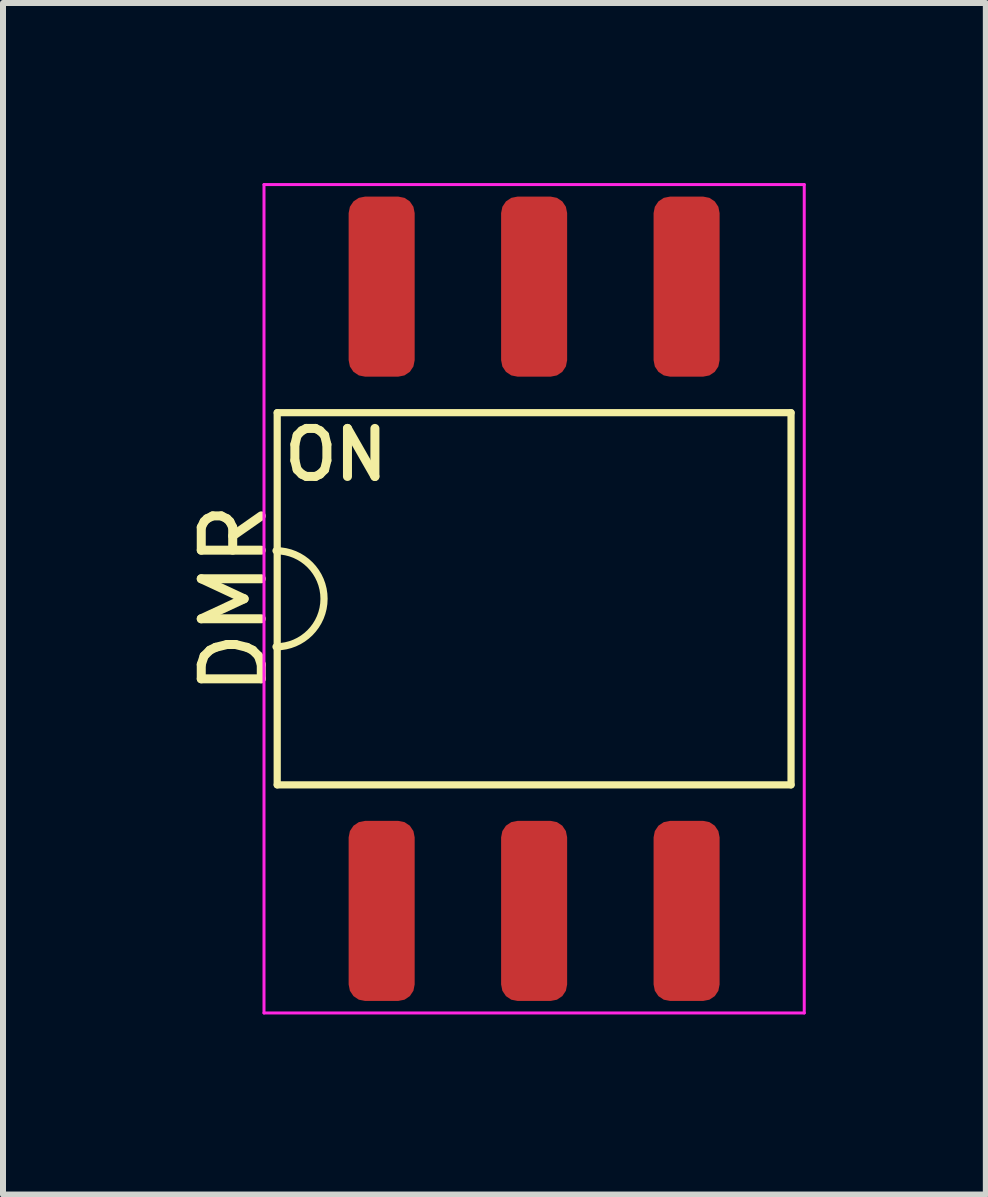
<source format=kicad_pcb>
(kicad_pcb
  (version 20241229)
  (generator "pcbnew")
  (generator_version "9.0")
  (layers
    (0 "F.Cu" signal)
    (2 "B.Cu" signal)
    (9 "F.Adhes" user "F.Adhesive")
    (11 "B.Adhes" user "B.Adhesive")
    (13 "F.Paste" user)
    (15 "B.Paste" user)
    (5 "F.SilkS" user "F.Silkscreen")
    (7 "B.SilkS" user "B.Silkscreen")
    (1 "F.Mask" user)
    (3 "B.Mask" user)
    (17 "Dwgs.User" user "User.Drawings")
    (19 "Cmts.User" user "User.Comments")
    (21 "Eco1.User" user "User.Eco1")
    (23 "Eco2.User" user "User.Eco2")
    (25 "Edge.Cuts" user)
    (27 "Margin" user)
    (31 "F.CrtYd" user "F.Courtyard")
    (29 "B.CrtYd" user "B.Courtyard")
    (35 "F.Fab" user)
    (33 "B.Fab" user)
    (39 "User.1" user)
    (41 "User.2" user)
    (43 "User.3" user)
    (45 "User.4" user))
  (footprint "DMR"
    (layer "F.Cu")
    (at 5.848 6.925)
    (property "Reference" "DMR" (at -5 0 90) (layer "F.SilkS") (effects (font (size 1 1) (thickness 0.15))))
    (attr through_hole)
    (fp_line (start -4.28 -3.1) (end -4.28 3.1) (stroke (width 0.12) (type solid)) (layer "F.SilkS"))
    (fp_line (start -4.28 3.1) (end 4.28 3.1) (stroke (width 0.12) (type solid)) (layer "F.SilkS"))
    (fp_line (start 4.28 -3.1) (end -4.28 -3.1) (stroke (width 0.12) (type solid)) (layer "F.SilkS"))
    (fp_line (start 4.28 3.1) (end 4.28 -3.1) (stroke (width 0.12) (type solid)) (layer "F.SilkS"))
    (fp_arc (start -4.3 -0.8) (mid -3.5 0) (end -4.3 0.8) (stroke (width 0.12) (type solid)) (layer "F.SilkS"))
    (fp_line (start -4.5 -6.9) (end 4.5 -6.9) (stroke (width 0.05) (type solid)) (layer "F.CrtYd"))
    (fp_line (start -4.5 6.9) (end -4.5 -6.9) (stroke (width 0.05) (type solid)) (layer "F.CrtYd"))
    (fp_line (start 4.5 -6.9) (end 4.5 6.9) (stroke (width 0.05) (type solid)) (layer "F.CrtYd"))
    (fp_line (start 4.5 6.9) (end -4.5 6.9) (stroke (width 0.05) (type solid)) (layer "F.CrtYd"))
    (fp_text user "ON" (at -3.3 -2.4 0) (layer "F.SilkS") (effects (font (size 0.8 0.8) (thickness 0.15))))
    (pad "1" smd roundrect (at -2.54 5.2) (size 1.1 3) (layers "F.Cu" "F.Mask" "F.Paste") (roundrect_rratio 0.25))
    (pad "2" smd roundrect (at 0 5.2) (size 1.1 3) (layers "F.Cu" "F.Mask" "F.Paste") (roundrect_rratio 0.25))
    (pad "3" smd roundrect (at 2.54 5.2) (size 1.1 3) (layers "F.Cu" "F.Mask" "F.Paste") (roundrect_rratio 0.25))
    (pad "4" smd roundrect (at 2.54 -5.2) (size 1.1 3) (layers "F.Cu" "F.Mask" "F.Paste") (roundrect_rratio 0.25))
    (pad "5" smd roundrect (at 0 -5.2) (size 1.1 3) (layers "F.Cu" "F.Mask" "F.Paste") (roundrect_rratio 0.25))
    (pad "6" smd roundrect (at -2.54 -5.2) (size 1.1 3) (layers "F.Cu" "F.Mask" "F.Paste") (roundrect_rratio 0.25)))
  (gr_rect
    (start -3 -3)
    (end 13.373 16.85)
    (stroke (width 0.1) (type default))
    (fill no)
    (layer "Edge.Cuts")))
</source>
